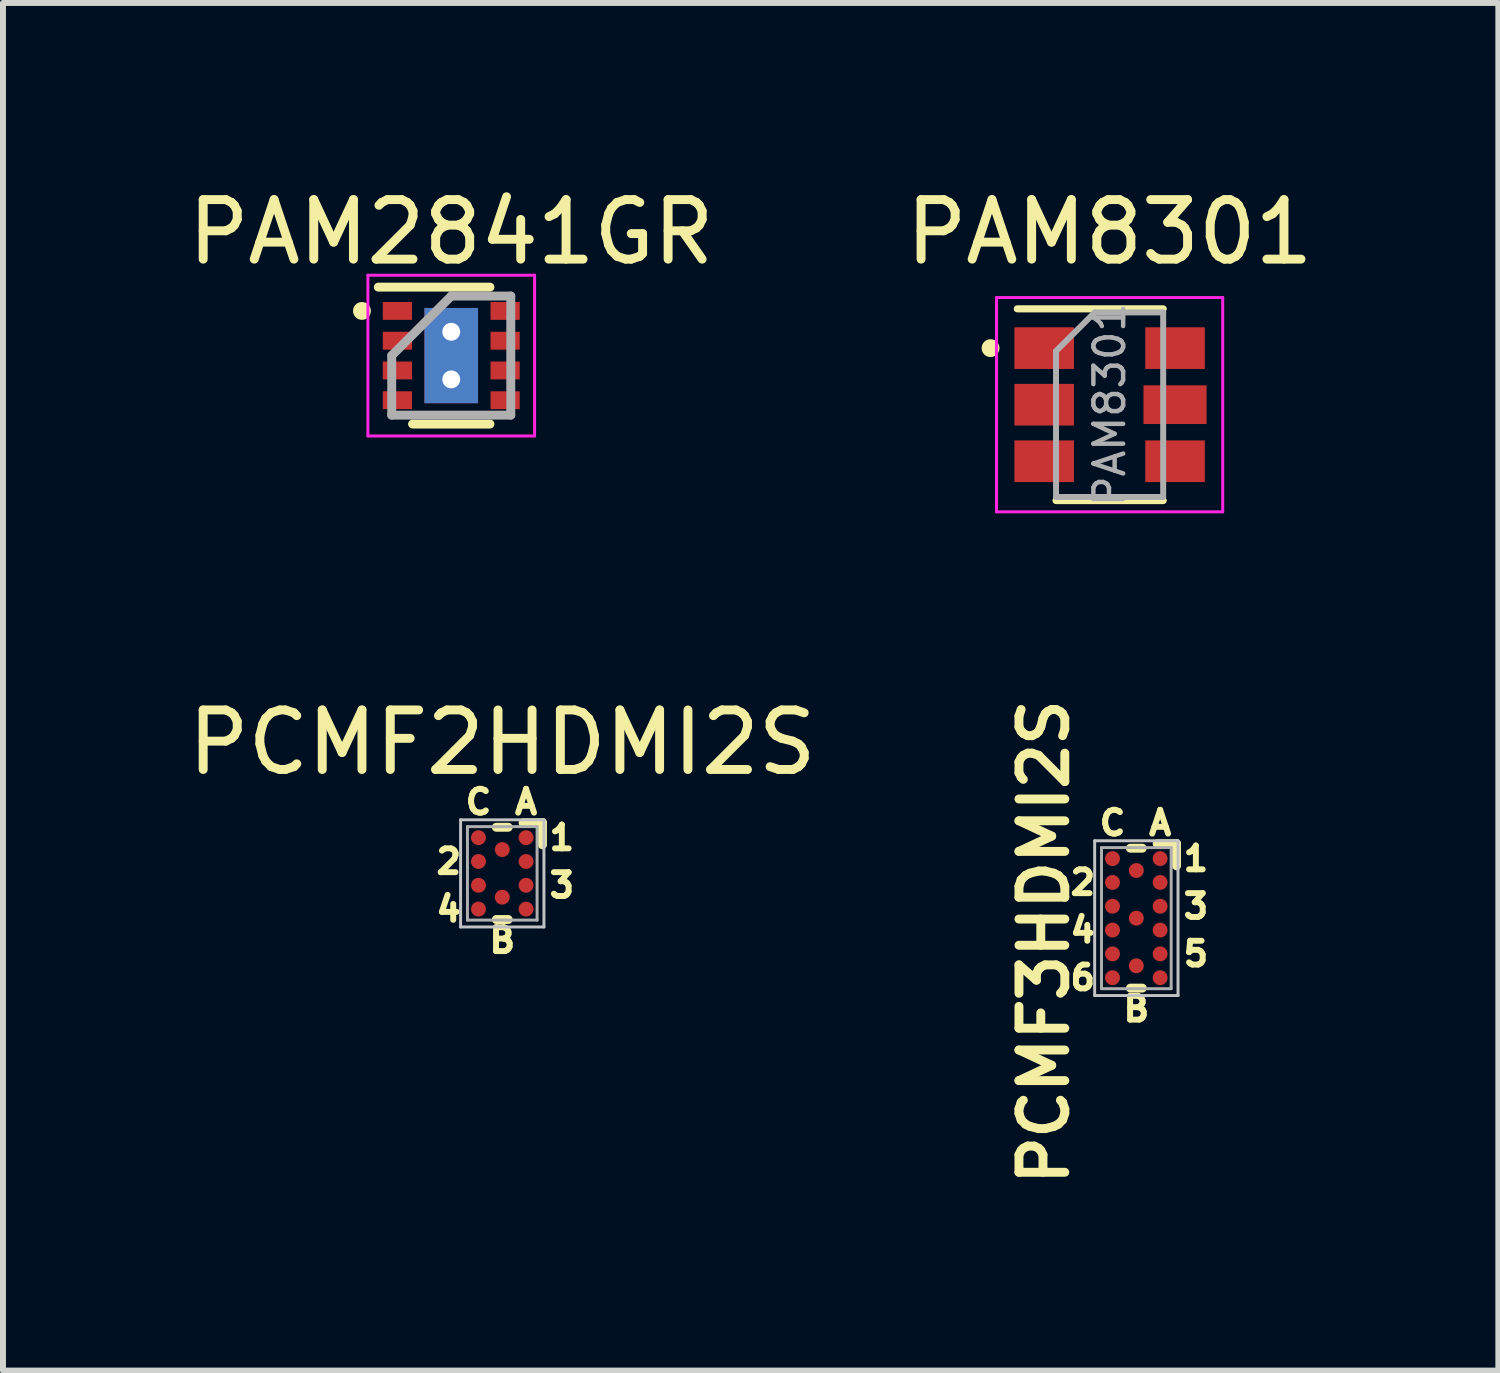
<source format=kicad_pcb>
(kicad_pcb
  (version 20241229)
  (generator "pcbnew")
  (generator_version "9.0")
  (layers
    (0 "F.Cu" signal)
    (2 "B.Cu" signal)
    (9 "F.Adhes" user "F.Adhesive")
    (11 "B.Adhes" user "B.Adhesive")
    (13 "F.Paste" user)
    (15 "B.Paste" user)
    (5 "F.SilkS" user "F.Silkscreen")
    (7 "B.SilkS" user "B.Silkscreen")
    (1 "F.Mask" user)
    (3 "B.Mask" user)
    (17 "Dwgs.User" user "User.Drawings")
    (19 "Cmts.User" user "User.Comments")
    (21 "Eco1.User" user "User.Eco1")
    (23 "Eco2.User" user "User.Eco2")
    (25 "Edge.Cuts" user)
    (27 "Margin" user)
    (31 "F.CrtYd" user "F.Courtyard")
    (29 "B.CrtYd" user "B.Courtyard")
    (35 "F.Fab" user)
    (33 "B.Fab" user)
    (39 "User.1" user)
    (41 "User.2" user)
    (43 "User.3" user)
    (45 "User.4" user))
  (footprint "PCMF2HDMI2S"
    (layer "F.Cu")
    (at 5.387 11.621)
    (property "Reference" "PCMF2HDMI2S" (at 0 -2.2 0) (layer "F.SilkS") (effects (font (size 1 1) (thickness 0.15))))
    (attr smd)
    (fp_line (start -0.1 -0.775) (end 0.1 -0.775) (stroke (width 0.15) (type solid)) (layer "F.SilkS"))
    (fp_line (start -0.1 0.775) (end 0.1 0.775) (stroke (width 0.15) (type solid)) (layer "F.SilkS"))
    (fp_line (start 0.35 -0.85) (end 0.675 -0.85) (stroke (width 0.15) (type solid)) (layer "F.SilkS"))
    (fp_line (start 0.675 -0.85) (end 0.675 -0.48) (stroke (width 0.15) (type solid)) (layer "F.SilkS"))
    (fp_line (start -0.7 -0.9) (end -0.7 0.9) (stroke (width 0.05) (type solid)) (layer "Dwgs.User"))
    (fp_line (start -0.7 0.9) (end 0.7 0.9) (stroke (width 0.05) (type solid)) (layer "Dwgs.User"))
    (fp_line (start 0.7 -0.9) (end -0.7 -0.9) (stroke (width 0.05) (type solid)) (layer "Dwgs.User"))
    (fp_line (start 0.7 0.9) (end 0.7 -0.9) (stroke (width 0.05) (type solid)) (layer "Dwgs.User"))
    (fp_line (start -0.585 -0.785) (end -0.585 0.785) (stroke (width 0.05) (type solid)) (layer "F.Fab"))
    (fp_line (start 0.585 -0.785) (end -0.585 -0.785) (stroke (width 0.05) (type solid)) (layer "F.Fab"))
    (fp_line (start 0.585 -0.785) (end 0.585 0.785) (stroke (width 0.05) (type solid)) (layer "F.Fab"))
    (fp_line (start 0.585 0.785) (end -0.585 0.785) (stroke (width 0.05) (type solid)) (layer "F.Fab"))
    (fp_text user "4" (at -0.9 0.6 0) (layer "F.SilkS") (effects (font (size 0.4 0.4) (thickness 0.1))))
    (fp_text user "2" (at -0.9 -0.2 0) (layer "F.SilkS") (effects (font (size 0.4 0.4) (thickness 0.1))))
    (fp_text user "A" (at 0.4 -1.2 0) (layer "F.SilkS") (effects (font (size 0.4 0.4) (thickness 0.1))))
    (fp_text user "3" (at 1 0.2 0) (layer "F.SilkS") (effects (font (size 0.4 0.4) (thickness 0.1))))
    (fp_text user "1" (at 1 -0.6 0) (layer "F.SilkS") (effects (font (size 0.4 0.4) (thickness 0.1))))
    (fp_text user "B" (at 0 1.125 0) (layer "F.SilkS") (effects (font (size 0.4 0.4) (thickness 0.1))))
    (fp_text user "C" (at -0.4 -1.2 0) (layer "F.SilkS") (effects (font (size 0.4 0.4) (thickness 0.1))))
    (pad "A1" smd circle (at 0.4 -0.6 270) (size 0.25 0.25) (layers "F.Cu" "F.Mask" "F.Paste"))
    (pad "A2" smd circle (at 0.4 -0.2 270) (size 0.25 0.25) (layers "F.Cu" "F.Mask" "F.Paste"))
    (pad "A3" smd circle (at 0.4 0.2 270) (size 0.25 0.25) (layers "F.Cu" "F.Mask" "F.Paste"))
    (pad "A4" smd circle (at 0.4 0.6 270) (size 0.25 0.25) (layers "F.Cu" "F.Mask" "F.Paste"))
    (pad "B1" smd circle (at 0 -0.4 270) (size 0.25 0.25) (layers "F.Cu" "F.Mask" "F.Paste"))
    (pad "B2" smd circle (at 0 0.4 270) (size 0.25 0.25) (layers "F.Cu" "F.Mask" "F.Paste"))
    (pad "C1" smd circle (at -0.4 -0.6 270) (size 0.25 0.25) (layers "F.Cu" "F.Mask" "F.Paste"))
    (pad "C2" smd circle (at -0.4 -0.2 270) (size 0.25 0.25) (layers "F.Cu" "F.Mask" "F.Paste"))
    (pad "C3" smd circle (at -0.4 0.2 270) (size 0.25 0.25) (layers "F.Cu" "F.Mask" "F.Paste"))
    (pad "C4" smd circle (at -0.4 0.6 270) (size 0.25 0.25) (layers "F.Cu" "F.Mask" "F.Paste")))
  (footprint "PCMF3HDMI2S"
    (layer "F.Cu")
    (at 16.038 12.373)
    (property "Reference" "PCMF3HDMI2S" (at -1.55 0.4 90) (layer "F.SilkS") (effects (font (size 0.77 0.77) (thickness 0.15))))
    (attr through_hole)
    (fp_line (start -0.1 -1.175) (end 0.1 -1.175) (stroke (width 0.15) (type solid)) (layer "F.SilkS"))
    (fp_line (start -0.1 1.175) (end 0.1 1.175) (stroke (width 0.15) (type solid)) (layer "F.SilkS"))
    (fp_line (start 0.35 -1.25) (end 0.675 -1.25) (stroke (width 0.15) (type solid)) (layer "F.SilkS"))
    (fp_line (start 0.675 -1.25) (end 0.675 -0.88) (stroke (width 0.15) (type solid)) (layer "F.SilkS"))
    (fp_line (start -0.7 -1.3) (end -0.7 1.3) (stroke (width 0.05) (type solid)) (layer "Dwgs.User"))
    (fp_line (start -0.7 1.3) (end 0.7 1.3) (stroke (width 0.05) (type solid)) (layer "Dwgs.User"))
    (fp_line (start 0.7 -1.3) (end -0.7 -1.3) (stroke (width 0.05) (type solid)) (layer "Dwgs.User"))
    (fp_line (start 0.7 1.3) (end 0.7 -1.3) (stroke (width 0.05) (type solid)) (layer "Dwgs.User"))
    (fp_line (start -0.585 -1.185) (end -0.585 1.185) (stroke (width 0.05) (type solid)) (layer "F.Fab"))
    (fp_line (start 0.585 -1.185) (end -0.585 -1.185) (stroke (width 0.05) (type solid)) (layer "F.Fab"))
    (fp_line (start 0.585 -1.185) (end 0.585 1.185) (stroke (width 0.05) (type solid)) (layer "F.Fab"))
    (fp_line (start 0.585 1.185) (end -0.585 1.185) (stroke (width 0.05) (type solid)) (layer "F.Fab"))
    (fp_text user "4" (at -0.9 0.2 0) (layer "F.SilkS") (effects (font (size 0.4 0.4) (thickness 0.1))))
    (fp_text user "C" (at -0.4 -1.6 0) (layer "F.SilkS") (effects (font (size 0.4 0.4) (thickness 0.1))))
    (fp_text user "B" (at 0 1.525 0) (layer "F.SilkS") (effects (font (size 0.4 0.4) (thickness 0.1))))
    (fp_text user "3" (at 1 -0.2 0) (layer "F.SilkS") (effects (font (size 0.4 0.4) (thickness 0.1))))
    (fp_text user "1" (at 1 -1 0) (layer "F.SilkS") (effects (font (size 0.4 0.4) (thickness 0.1))))
    (fp_text user "6" (at -0.9 1 0) (layer "F.SilkS") (effects (font (size 0.4 0.4) (thickness 0.1))))
    (fp_text user "5" (at 1 0.6 0) (layer "F.SilkS") (effects (font (size 0.4 0.4) (thickness 0.1))))
    (fp_text user "2" (at -0.9 -0.6 0) (layer "F.SilkS") (effects (font (size 0.4 0.4) (thickness 0.1))))
    (fp_text user "A" (at 0.4 -1.6 0) (layer "F.SilkS") (effects (font (size 0.4 0.4) (thickness 0.1))))
    (pad "A1" smd circle (at 0.4 -1 270) (size 0.25 0.25) (layers "F.Cu" "F.Mask" "F.Paste"))
    (pad "A2" smd circle (at 0.4 -0.6 270) (size 0.25 0.25) (layers "F.Cu" "F.Mask" "F.Paste"))
    (pad "A3" smd circle (at 0.4 -0.2 270) (size 0.25 0.25) (layers "F.Cu" "F.Mask" "F.Paste"))
    (pad "A4" smd circle (at 0.4 0.2 270) (size 0.25 0.25) (layers "F.Cu" "F.Mask" "F.Paste"))
    (pad "A5" smd circle (at 0.4 0.6 270) (size 0.25 0.25) (layers "F.Cu" "F.Mask" "F.Paste"))
    (pad "A6" smd circle (at 0.4 1 270) (size 0.25 0.25) (layers "F.Cu" "F.Mask" "F.Paste"))
    (pad "B1" smd circle (at 0 -0.8 270) (size 0.25 0.25) (layers "F.Cu" "F.Mask" "F.Paste"))
    (pad "B2" smd circle (at 0 0 270) (size 0.25 0.25) (layers "F.Cu" "F.Mask" "F.Paste"))
    (pad "B3" smd circle (at 0 0.8 270) (size 0.25 0.25) (layers "F.Cu" "F.Mask" "F.Paste"))
    (pad "C1" smd circle (at -0.4 -1 270) (size 0.25 0.25) (layers "F.Cu" "F.Mask" "F.Paste"))
    (pad "C2" smd circle (at -0.4 -0.6 270) (size 0.25 0.25) (layers "F.Cu" "F.Mask" "F.Paste"))
    (pad "C3" smd circle (at -0.4 -0.2 270) (size 0.25 0.25) (layers "F.Cu" "F.Mask" "F.Paste"))
    (pad "C4" smd circle (at -0.4 0.2 270) (size 0.25 0.25) (layers "F.Cu" "F.Mask" "F.Paste"))
    (pad "C5" smd circle (at -0.4 0.6 270) (size 0.25 0.25) (layers "F.Cu" "F.Mask" "F.Paste"))
    (pad "C6" smd circle (at -0.4 1 270) (size 0.25 0.25) (layers "F.Cu" "F.Mask" "F.Paste")))
  (footprint "PAM8301"
    (layer "F.Cu")
    (at 15.589 3.748)
    (property "Reference" "PAM8301" (at 0 -2.9 0) (layer "F.SilkS") (effects (font (size 1 1) (thickness 0.15))))
    (attr smd)
    (fp_line (start -0.9 1.61) (end 0.9 1.61) (stroke (width 0.12) (type solid)) (layer "F.SilkS"))
    (fp_line (start 0.9 -1.61) (end -1.55 -1.61) (stroke (width 0.12) (type solid)) (layer "F.SilkS"))
    (fp_circle (center -2 -0.95) (end -2 -0.875) (stroke (width 0.15) (type solid)) (fill no) (layer "F.SilkS"))
    (fp_line (start -1.9 -1.8) (end -1.9 1.8) (stroke (width 0.05) (type solid)) (layer "F.CrtYd"))
    (fp_line (start -1.9 1.8) (end 1.9 1.8) (stroke (width 0.05) (type solid)) (layer "F.CrtYd"))
    (fp_line (start 1.9 -1.8) (end -1.9 -1.8) (stroke (width 0.05) (type solid)) (layer "F.CrtYd"))
    (fp_line (start 1.9 1.8) (end 1.9 -1.8) (stroke (width 0.05) (type solid)) (layer "F.CrtYd"))
    (fp_line (start -0.9 -0.9) (end -0.9 1.55) (stroke (width 0.1) (type solid)) (layer "F.Fab"))
    (fp_line (start -0.9 -0.9) (end -0.25 -1.55) (stroke (width 0.1) (type solid)) (layer "F.Fab"))
    (fp_line (start 0.9 -1.55) (end -0.25 -1.55) (stroke (width 0.1) (type solid)) (layer "F.Fab"))
    (fp_line (start 0.9 -1.55) (end 0.9 1.55) (stroke (width 0.1) (type solid)) (layer "F.Fab"))
    (fp_line (start 0.9 1.55) (end -0.9 1.55) (stroke (width 0.1) (type solid)) (layer "F.Fab"))
    (fp_text user "${REFERENCE}" (at 0 0 90) (layer "F.Fab") (effects (font (size 0.5 0.5) (thickness 0.075))))
    (pad "1" smd rect (at -1.099 -0.95) (size 1 0.7) (layers "F.Cu" "F.Mask" "F.Paste"))
    (pad "2" smd rect (at -1.099 0) (size 1 0.7) (layers "F.Cu" "F.Mask" "F.Paste"))
    (pad "3" smd rect (at -1.099 0.95) (size 1 0.7) (layers "F.Cu" "F.Mask" "F.Paste"))
    (pad "4" smd rect (at 1.099 0.95) (size 1 0.7) (layers "F.Cu" "F.Mask" "F.Paste"))
    (pad "5" smd rect (at 1.099 0) (size 1.06 0.65) (layers "F.Cu" "F.Mask" "F.Paste"))
    (pad "6" smd rect (at 1.099 -0.95) (size 1 0.7) (layers "F.Cu" "F.Mask" "F.Paste")))
  (footprint "PAM2841GR"
    (layer "F.Cu")
    (at 4.53 2.923)
    (property "Reference" "PAM2841GR" (at 0 -2.075 0) (layer "F.SilkS") (effects (font (size 1 1) (thickness 0.15))))
    (attr smd)
    (fp_line (start -1.225 -1.15) (end 0.65 -1.15) (stroke (width 0.15) (type solid)) (layer "F.SilkS"))
    (fp_line (start -0.65 1.15) (end 0.65 1.15) (stroke (width 0.15) (type solid)) (layer "F.SilkS"))
    (fp_circle (center -1.5 -0.75) (end -1.5 -0.675) (stroke (width 0.15) (type solid)) (fill no) (layer "F.SilkS"))
    (fp_line (start -1.4 -1.35) (end -1.4 1.35) (stroke (width 0.05) (type solid)) (layer "F.CrtYd"))
    (fp_line (start -1.4 -1.35) (end 1.4 -1.35) (stroke (width 0.05) (type solid)) (layer "F.CrtYd"))
    (fp_line (start -1.4 1.35) (end 1.4 1.35) (stroke (width 0.05) (type solid)) (layer "F.CrtYd"))
    (fp_line (start 1.4 -1.35) (end 1.4 1.35) (stroke (width 0.05) (type solid)) (layer "F.CrtYd"))
    (fp_line (start -1 0) (end 0 -1) (stroke (width 0.15) (type solid)) (layer "F.Fab"))
    (fp_line (start -1 1) (end -1 0) (stroke (width 0.15) (type solid)) (layer "F.Fab"))
    (fp_line (start 0 -1) (end 1 -1) (stroke (width 0.15) (type solid)) (layer "F.Fab"))
    (fp_line (start 1 -1) (end 1 1) (stroke (width 0.15) (type solid)) (layer "F.Fab"))
    (fp_line (start 1 1) (end -1 1) (stroke (width 0.15) (type solid)) (layer "F.Fab"))
    (pad "1" smd rect (at -0.905 -0.75) (size 0.49 0.3) (layers "F.Cu" "F.Mask" "F.Paste"))
    (pad "2" smd rect (at -0.905 -0.25) (size 0.49 0.3) (layers "F.Cu" "F.Mask" "F.Paste"))
    (pad "3" smd rect (at -0.905 0.25) (size 0.49 0.3) (layers "F.Cu" "F.Mask" "F.Paste"))
    (pad "4" smd rect (at -0.905 0.75) (size 0.49 0.3) (layers "F.Cu" "F.Mask" "F.Paste"))
    (pad "5" smd rect (at 0.905 0.75) (size 0.49 0.3) (layers "F.Cu" "F.Mask" "F.Paste"))
    (pad "6" smd rect (at 0.905 0.25) (size 0.49 0.3) (layers "F.Cu" "F.Mask" "F.Paste"))
    (pad "7" smd rect (at 0.905 -0.25) (size 0.49 0.3) (layers "F.Cu" "F.Mask" "F.Paste"))
    (pad "8" smd rect (at 0.905 -0.75) (size 0.49 0.3) (layers "F.Cu" "F.Mask" "F.Paste"))
    (pad "9" thru_hole circle (at 0 -0.4) (size 0.3 0.3) (drill 0.3) (layers "*.Cu" "F.Mask"))
    (pad "9" smd rect (at 0 0) (size 0.9 1.6) (layers "F.Cu" "F.Mask" "F.Paste"))
    (pad "9" smd rect (at 0 0) (size 0.9 1.6) (layers "B.Cu"))
    (pad "9" thru_hole circle (at 0 0.4) (size 0.3 0.3) (drill 0.3) (layers "*.Cu" "F.Mask")))
  (gr_rect
    (start -3 -3)
    (end 22.119 19.973)
    (stroke (width 0.1) (type default))
    (fill no)
    (layer "Edge.Cuts")))
</source>
